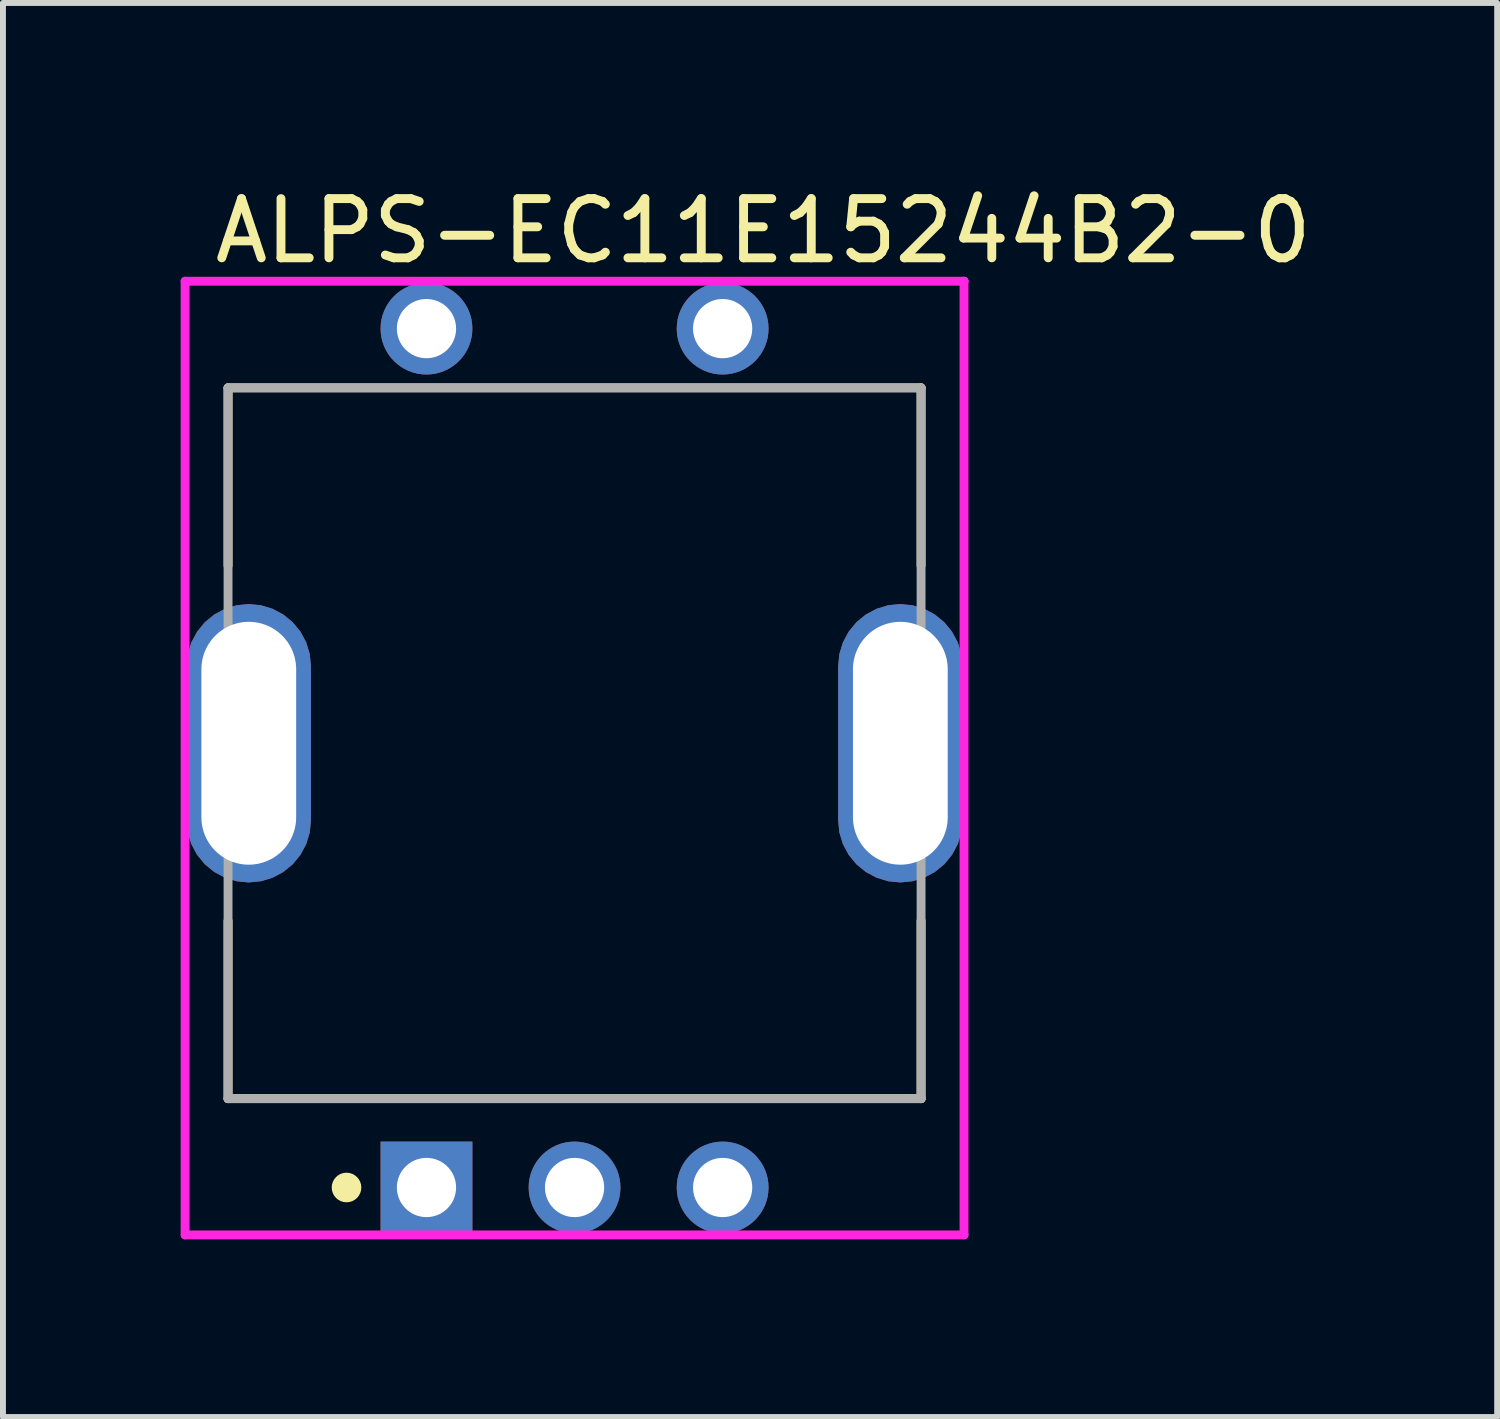
<source format=kicad_pcb>
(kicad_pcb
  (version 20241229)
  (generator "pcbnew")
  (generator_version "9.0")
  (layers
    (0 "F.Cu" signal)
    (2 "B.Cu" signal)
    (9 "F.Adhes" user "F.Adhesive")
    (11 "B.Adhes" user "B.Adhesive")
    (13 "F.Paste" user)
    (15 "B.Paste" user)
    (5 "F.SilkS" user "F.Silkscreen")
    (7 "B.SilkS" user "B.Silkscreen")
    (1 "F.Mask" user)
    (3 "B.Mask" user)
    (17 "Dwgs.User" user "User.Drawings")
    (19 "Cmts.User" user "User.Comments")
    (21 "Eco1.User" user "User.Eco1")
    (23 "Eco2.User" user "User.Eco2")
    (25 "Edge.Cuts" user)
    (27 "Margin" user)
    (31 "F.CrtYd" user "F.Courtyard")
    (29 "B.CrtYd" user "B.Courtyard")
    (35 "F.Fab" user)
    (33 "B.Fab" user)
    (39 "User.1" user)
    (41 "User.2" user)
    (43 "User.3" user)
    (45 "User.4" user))
  (footprint "ALPS-EC11E15244B2-0"
    (layer "F.Cu")
    (at 6.65 9.498)
    (property "Reference" "ALPS-EC11E15244B2-0" (at -6.15 -8.65 0) (layer "F.SilkS") (effects (font (size 1 1) (thickness 0.15)) (justify left)))
    (attr through_hole)
    (fp_line (start -5.85 -6) (end -5.85 -3) (stroke (width 0.15) (type solid)) (layer "F.SilkS"))
    (fp_line (start -5.85 -6) (end 5.85 -6) (stroke (width 0.15) (type solid)) (layer "F.SilkS"))
    (fp_line (start -5.85 6) (end -5.85 3) (stroke (width 0.15) (type solid)) (layer "F.SilkS"))
    (fp_line (start -5.85 6) (end 5.85 6) (stroke (width 0.15) (type solid)) (layer "F.SilkS"))
    (fp_line (start 5.85 -6) (end 5.85 -3) (stroke (width 0.15) (type solid)) (layer "F.SilkS"))
    (fp_line (start 5.85 6) (end 5.85 3) (stroke (width 0.15) (type solid)) (layer "F.SilkS"))
    (fp_circle (center -3.85 7.5) (end -3.725 7.5) (stroke (width 0.25) (type solid)) (fill no) (layer "F.SilkS"))
    (fp_line (start -6.575 -7.8) (end -6.575 8.3) (stroke (width 0.15) (type solid)) (layer "F.CrtYd"))
    (fp_line (start -6.575 8.3) (end 6.575 8.3) (stroke (width 0.15) (type solid)) (layer "F.CrtYd"))
    (fp_line (start 6.575 -7.8) (end -6.575 -7.8) (stroke (width 0.15) (type solid)) (layer "F.CrtYd"))
    (fp_line (start 6.575 -7.8) (end 6.575 -7.8) (stroke (width 0.15) (type solid)) (layer "F.CrtYd"))
    (fp_line (start 6.575 8.3) (end 6.575 -7.8) (stroke (width 0.15) (type solid)) (layer "F.CrtYd"))
    (fp_line (start -5.85 -6) (end 5.85 -6) (stroke (width 0.15) (type solid)) (layer "F.Fab"))
    (fp_line (start -5.85 6) (end -5.85 -6) (stroke (width 0.15) (type solid)) (layer "F.Fab"))
    (fp_line (start 5.85 -6) (end 5.85 6) (stroke (width 0.15) (type solid)) (layer "F.Fab"))
    (fp_line (start 5.85 6) (end -5.85 6) (stroke (width 0.15) (type solid)) (layer "F.Fab"))
    (pad "1" thru_hole roundrect (at -5.5 0) (size 2.1 4.7) (drill oval 1.6 4.1) (layers "*.Cu") (roundrect_rratio 0.5))
    (pad "2" thru_hole roundrect (at 5.5 0) (size 2.1 4.7) (drill oval 1.6 4.1) (layers "*.Cu") (roundrect_rratio 0.5))
    (pad "A" thru_hole rect (at -2.5 7.5) (size 1.55 1.55) (drill 1) (layers "*.Cu"))
    (pad "B" thru_hole circle (at 2.5 7.5) (size 1.55 1.55) (drill 1) (layers "*.Cu"))
    (pad "C" thru_hole circle (at 0 7.5) (size 1.55 1.55) (drill 1) (layers "*.Cu"))
    (pad "D" thru_hole circle (at -2.5 -7) (size 1.55 1.55) (drill 1) (layers "*.Cu"))
    (pad "E" thru_hole circle (at 2.5 -7) (size 1.55 1.55) (drill 1) (layers "*.Cu")))
  (gr_rect
    (start -3 -3)
    (end 22.226 20.873)
    (stroke (width 0.1) (type default))
    (fill no)
    (layer "Edge.Cuts")))
</source>
